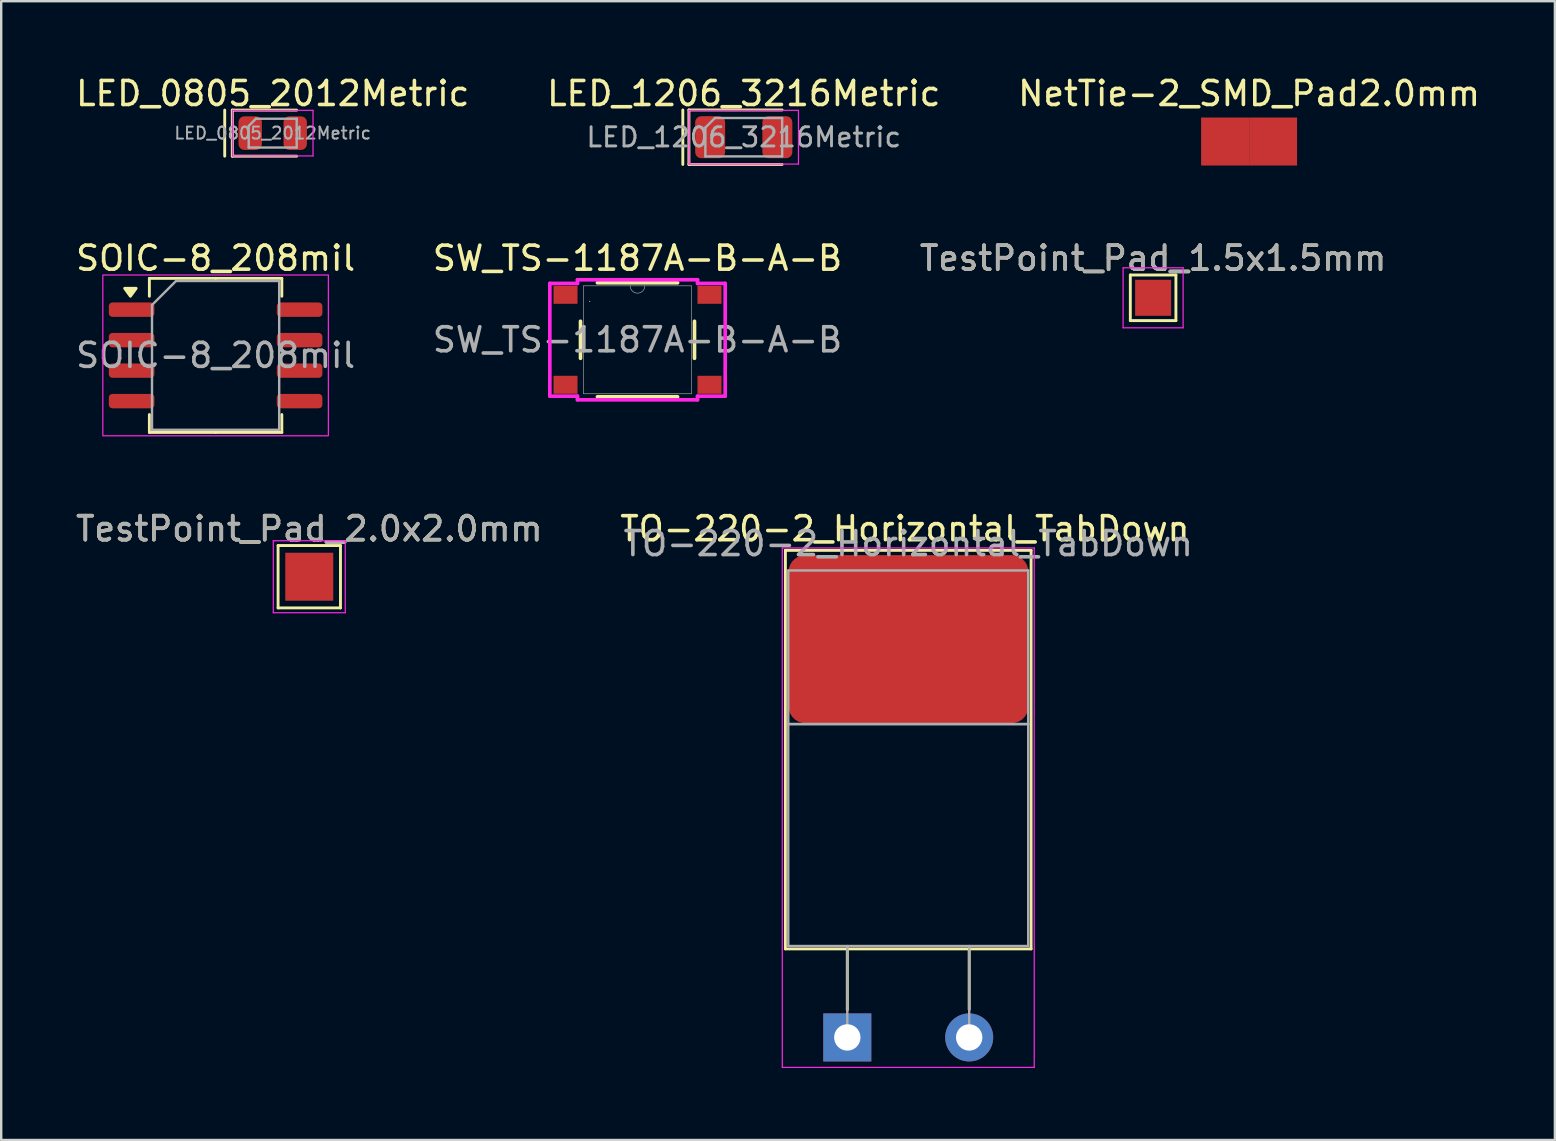
<source format=kicad_pcb>
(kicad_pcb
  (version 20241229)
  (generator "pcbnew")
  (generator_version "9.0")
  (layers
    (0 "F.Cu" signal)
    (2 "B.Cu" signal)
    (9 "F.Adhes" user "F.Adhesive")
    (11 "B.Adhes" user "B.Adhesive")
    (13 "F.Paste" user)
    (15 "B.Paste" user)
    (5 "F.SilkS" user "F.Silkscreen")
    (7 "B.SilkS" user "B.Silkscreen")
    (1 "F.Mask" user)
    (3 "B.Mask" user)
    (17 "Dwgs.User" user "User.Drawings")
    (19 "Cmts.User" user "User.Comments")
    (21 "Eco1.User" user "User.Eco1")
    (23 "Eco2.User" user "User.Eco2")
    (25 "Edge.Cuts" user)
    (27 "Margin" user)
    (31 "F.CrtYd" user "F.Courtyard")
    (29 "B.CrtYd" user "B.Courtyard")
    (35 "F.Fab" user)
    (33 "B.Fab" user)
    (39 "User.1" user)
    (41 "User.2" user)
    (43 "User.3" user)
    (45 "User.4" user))
  (footprint "SOIC-8_208mil"
    (layer "F.Cu")
    (at 5.935 11.761)
    (property "Reference" "SOIC-8_208mil" (at 0 -4.05 0) (layer "F.SilkS") (effects (font (size 1 1) (thickness 0.15))))
    (attr smd)
    (fp_line (start -2.76 -3.21) (end -2.76 -2.465) (stroke (width 0.12) (type solid)) (layer "F.SilkS"))
    (fp_line (start -2.76 3.21) (end -2.76 2.465) (stroke (width 0.12) (type solid)) (layer "F.SilkS"))
    (fp_line (start 0 -3.21) (end -2.76 -3.21) (stroke (width 0.12) (type solid)) (layer "F.SilkS"))
    (fp_line (start 0 -3.21) (end 2.76 -3.21) (stroke (width 0.12) (type solid)) (layer "F.SilkS"))
    (fp_line (start 0 3.21) (end -2.76 3.21) (stroke (width 0.12) (type solid)) (layer "F.SilkS"))
    (fp_line (start 0 3.21) (end 2.76 3.21) (stroke (width 0.12) (type solid)) (layer "F.SilkS"))
    (fp_line (start 2.76 -3.21) (end 2.76 -2.465) (stroke (width 0.12) (type solid)) (layer "F.SilkS"))
    (fp_line (start 2.76 3.21) (end 2.76 2.465) (stroke (width 0.12) (type solid)) (layer "F.SilkS"))
    (fp_poly (pts (xy -3.55 -2.465) (xy -3.79 -2.795) (xy -3.31 -2.795)) (stroke (width 0.12) (type solid)) (fill yes) (layer "F.SilkS"))
    (fp_rect (start -4.7 -3.35) (end 4.7 3.35) (stroke (width 0.05) (type solid)) (fill no) (layer "F.CrtYd"))
    (fp_line (start -2.65 -2.1) (end -1.65 -3.1) (stroke (width 0.1) (type solid)) (layer "F.Fab"))
    (fp_line (start -2.65 3.1) (end -2.65 -2.1) (stroke (width 0.1) (type solid)) (layer "F.Fab"))
    (fp_line (start -1.65 -3.1) (end 2.65 -3.1) (stroke (width 0.1) (type solid)) (layer "F.Fab"))
    (fp_line (start 2.65 -3.1) (end 2.65 3.1) (stroke (width 0.1) (type solid)) (layer "F.Fab"))
    (fp_line (start 2.65 3.1) (end -2.65 3.1) (stroke (width 0.1) (type solid)) (layer "F.Fab"))
    (fp_text user "${REFERENCE}" (at 0 0 0) (layer "F.Fab") (effects (font (size 1 1) (thickness 0.15))))
    (pad "1" smd roundrect (at -3.5 -1.905) (size 1.9 0.6) (layers "F.Cu" "F.Mask" "F.Paste") (roundrect_rratio 0.25))
    (pad "2" smd roundrect (at -3.5 -0.635) (size 1.9 0.6) (layers "F.Cu" "F.Mask" "F.Paste") (roundrect_rratio 0.25))
    (pad "3" smd roundrect (at -3.5 0.635) (size 1.9 0.6) (layers "F.Cu" "F.Mask" "F.Paste") (roundrect_rratio 0.25))
    (pad "4" smd roundrect (at -3.5 1.905) (size 1.9 0.6) (layers "F.Cu" "F.Mask" "F.Paste") (roundrect_rratio 0.25))
    (pad "5" smd roundrect (at 3.5 1.905) (size 1.9 0.6) (layers "F.Cu" "F.Mask" "F.Paste") (roundrect_rratio 0.25))
    (pad "6" smd roundrect (at 3.5 0.635) (size 1.9 0.6) (layers "F.Cu" "F.Mask" "F.Paste") (roundrect_rratio 0.25))
    (pad "7" smd roundrect (at 3.5 -0.635) (size 1.9 0.6) (layers "F.Cu" "F.Mask" "F.Paste") (roundrect_rratio 0.25))
    (pad "8" smd roundrect (at 3.5 -1.905) (size 1.9 0.6) (layers "F.Cu" "F.Mask" "F.Paste") (roundrect_rratio 0.25)))
  (footprint "NetTie-2_SMD_Pad2.0mm"
    (layer "F.Cu")
    (at 49.006 2.848)
    (property "Reference" "NetTie-2_SMD_Pad2.0mm" (at 0 -2 0) (layer "F.SilkS") (effects (font (size 1 1) (thickness 0.15))))
    (attr exclude_from_pos_files exclude_from_bom allow_missing_courtyard)
    (pad "1" smd rect (at -1 0) (size 2 2) (layers "F.Cu"))
    (pad "2" smd rect (at 1 0) (size 2 2) (layers "F.Cu")))
  (footprint "TO-220-2_Horizontal_TabDown"
    (layer "F.Cu")
    (at 32.261 40.185)
    (property "Reference" "TO-220-2_Horizontal_TabDown" (at 2.4 -21.2 0) (layer "F.SilkS") (effects (font (size 1 1) (thickness 0.15))))
    (attr through_hole)
    (fp_line (start -2.58 -20.3) (end -2.58 -3.69) (stroke (width 0.12) (type solid)) (layer "F.SilkS"))
    (fp_line (start -2.58 -20.3) (end 7.66 -20.3) (stroke (width 0.12) (type solid)) (layer "F.SilkS"))
    (fp_line (start -2.58 -3.69) (end 7.66 -3.69) (stroke (width 0.12) (type solid)) (layer "F.SilkS"))
    (fp_line (start 0 -3.69) (end 0 -1.15) (stroke (width 0.12) (type solid)) (layer "F.SilkS"))
    (fp_line (start 5.08 -3.69) (end 5.08 -1.165) (stroke (width 0.12) (type solid)) (layer "F.SilkS"))
    (fp_line (start 7.66 -20.3) (end 7.66 -3.69) (stroke (width 0.12) (type solid)) (layer "F.SilkS"))
    (fp_line (start -2.71 -20.4) (end -2.71 1.25) (stroke (width 0.05) (type solid)) (layer "F.CrtYd"))
    (fp_line (start -2.71 1.25) (end 7.79 1.25) (stroke (width 0.05) (type solid)) (layer "F.CrtYd"))
    (fp_line (start 7.79 -20.4) (end -2.71 -20.4) (stroke (width 0.05) (type solid)) (layer "F.CrtYd"))
    (fp_line (start 7.79 1.25) (end 7.79 -20.4) (stroke (width 0.05) (type solid)) (layer "F.CrtYd"))
    (fp_line (start -2.46 -19.46) (end 7.54 -19.46) (stroke (width 0.1) (type solid)) (layer "F.Fab"))
    (fp_line (start -2.46 -13.06) (end -2.46 -19.46) (stroke (width 0.1) (type solid)) (layer "F.Fab"))
    (fp_line (start -2.46 -13.06) (end 7.54 -13.06) (stroke (width 0.1) (type solid)) (layer "F.Fab"))
    (fp_line (start -2.46 -3.81) (end -2.46 -13.06) (stroke (width 0.1) (type solid)) (layer "F.Fab"))
    (fp_line (start 0 -3.81) (end 0 0) (stroke (width 0.1) (type solid)) (layer "F.Fab"))
    (fp_line (start 5.08 -3.81) (end 5.08 0) (stroke (width 0.1) (type solid)) (layer "F.Fab"))
    (fp_line (start 7.54 -19.46) (end 7.54 -13.06) (stroke (width 0.1) (type solid)) (layer "F.Fab"))
    (fp_line (start 7.54 -13.06) (end -2.46 -13.06) (stroke (width 0.1) (type solid)) (layer "F.Fab"))
    (fp_line (start 7.54 -13.06) (end 7.54 -3.81) (stroke (width 0.1) (type solid)) (layer "F.Fab"))
    (fp_line (start 7.54 -3.81) (end -2.46 -3.81) (stroke (width 0.1) (type solid)) (layer "F.Fab"))
    (fp_text user "${REFERENCE}" (at 2.54 -20.58 0) (layer "F.Fab") (effects (font (size 1 1) (thickness 0.15))))
    (pad "1" thru_hole rect (at 0 0) (size 2 2) (drill 1.1) (layers "*.Cu" "*.Mask"))
    (pad "2" thru_hole oval (at 5.08 0) (size 2 2) (drill 1.1) (layers "*.Cu" "*.Mask"))
    (pad "3" smd roundrect (at 2.55 -16.6) (size 10 7) (layers "F.Cu" "F.Mask" "F.Paste") (roundrect_rratio 0.1)))
  (footprint "LED_1206_3216Metric"
    (layer "F.Cu")
    (at 27.946 2.668)
    (property "Reference" "LED_1206_3216Metric" (at 0 -1.82 0) (layer "F.SilkS") (effects (font (size 1 1) (thickness 0.15))))
    (attr smd)
    (fp_line (start -2.54 -1.135) (end -2.54 1.135) (stroke (width 0.12) (type solid)) (layer "F.SilkS"))
    (fp_line (start -2.285 -1.135) (end -2.285 1.135) (stroke (width 0.12) (type solid)) (layer "F.SilkS"))
    (fp_line (start -2.285 1.135) (end 1.6 1.135) (stroke (width 0.12) (type solid)) (layer "F.SilkS"))
    (fp_line (start 1.6 -1.135) (end -2.285 -1.135) (stroke (width 0.12) (type solid)) (layer "F.SilkS"))
    (fp_line (start -2.28 -1.12) (end 2.28 -1.12) (stroke (width 0.05) (type solid)) (layer "F.CrtYd"))
    (fp_line (start -2.28 1.12) (end -2.28 -1.12) (stroke (width 0.05) (type solid)) (layer "F.CrtYd"))
    (fp_line (start 2.28 -1.12) (end 2.28 1.12) (stroke (width 0.05) (type solid)) (layer "F.CrtYd"))
    (fp_line (start 2.28 1.12) (end -2.28 1.12) (stroke (width 0.05) (type solid)) (layer "F.CrtYd"))
    (fp_line (start -1.6 -0.4) (end -1.6 0.8) (stroke (width 0.1) (type solid)) (layer "F.Fab"))
    (fp_line (start -1.6 0.8) (end 1.6 0.8) (stroke (width 0.1) (type solid)) (layer "F.Fab"))
    (fp_line (start -1.2 -0.8) (end -1.6 -0.4) (stroke (width 0.1) (type solid)) (layer "F.Fab"))
    (fp_line (start 1.6 -0.8) (end -1.2 -0.8) (stroke (width 0.1) (type solid)) (layer "F.Fab"))
    (fp_line (start 1.6 0.8) (end 1.6 -0.8) (stroke (width 0.1) (type solid)) (layer "F.Fab"))
    (fp_text user "${REFERENCE}" (at 0 0 0) (layer "F.Fab") (effects (font (size 0.8 0.8) (thickness 0.12))))
    (pad "1" smd roundrect (at -1.4 0) (size 1.25 1.75) (layers "F.Cu" "F.Mask" "F.Paste") (roundrect_rratio 0.2))
    (pad "2" smd roundrect (at 1.4 0) (size 1.25 1.75) (layers "F.Cu" "F.Mask" "F.Paste") (roundrect_rratio 0.2)))
  (footprint "SW_TS-1187A-B-A-B"
    (layer "F.Cu")
    (at 23.518 11.111)
    (property "Reference" "SW_TS-1187A-B-A-B" (at 0 -3.4 0) (unlocked yes) (layer "F.SilkS") (effects (font (size 1 1) (thickness 0.15))))
    (attr smd)
    (fp_line (start -2.375 -0.772) (end -2.375 0.772) (stroke (width 0.152) (type solid)) (layer "F.SilkS"))
    (fp_line (start -1.67 2.375) (end 1.67 2.375) (stroke (width 0.152) (type solid)) (layer "F.SilkS"))
    (fp_line (start 1.67 -2.375) (end -1.67 -2.375) (stroke (width 0.152) (type solid)) (layer "F.SilkS"))
    (fp_line (start 2.375 0.772) (end 2.375 -0.772) (stroke (width 0.152) (type solid)) (layer "F.SilkS"))
    (fp_line (start -3.654 -2.349) (end -2.502 -2.349) (stroke (width 0.152) (type solid)) (layer "F.CrtYd"))
    (fp_line (start -3.654 2.349) (end -3.654 -2.349) (stroke (width 0.152) (type solid)) (layer "F.CrtYd"))
    (fp_line (start -3.654 2.349) (end -2.502 2.349) (stroke (width 0.152) (type solid)) (layer "F.CrtYd"))
    (fp_line (start -2.502 -2.502) (end 2.502 -2.502) (stroke (width 0.152) (type solid)) (layer "F.CrtYd"))
    (fp_line (start -2.502 -2.349) (end -2.502 -2.502) (stroke (width 0.152) (type solid)) (layer "F.CrtYd"))
    (fp_line (start -2.502 2.502) (end -2.502 2.349) (stroke (width 0.152) (type solid)) (layer "F.CrtYd"))
    (fp_line (start 2.502 -2.502) (end 2.502 -2.349) (stroke (width 0.152) (type solid)) (layer "F.CrtYd"))
    (fp_line (start 2.502 2.349) (end 2.502 2.502) (stroke (width 0.152) (type solid)) (layer "F.CrtYd"))
    (fp_line (start 2.502 2.502) (end -2.502 2.502) (stroke (width 0.152) (type solid)) (layer "F.CrtYd"))
    (fp_line (start 3.654 -2.349) (end 2.502 -2.349) (stroke (width 0.152) (type solid)) (layer "F.CrtYd"))
    (fp_line (start 3.654 -2.349) (end 3.654 2.349) (stroke (width 0.152) (type solid)) (layer "F.CrtYd"))
    (fp_line (start 3.654 2.349) (end 2.502 2.349) (stroke (width 0.152) (type solid)) (layer "F.CrtYd"))
    (fp_line (start -2.248 -2.248) (end -2.248 2.248) (stroke (width 0.025) (type solid)) (layer "F.Fab"))
    (fp_line (start -2.248 2.248) (end 2.248 2.248) (stroke (width 0.025) (type solid)) (layer "F.Fab"))
    (fp_line (start 2.248 -2.248) (end -2.248 -2.248) (stroke (width 0.025) (type solid)) (layer "F.Fab"))
    (fp_line (start 2.248 2.248) (end 2.248 -2.248) (stroke (width 0.025) (type solid)) (layer "F.Fab"))
    (fp_arc (start 0.3048 -2.2479) (mid 0 -1.9431) (end -0.3048 -2.2479) (stroke (width 0.0254) (type solid)) (layer "F.Fab"))
    (fp_circle (center -1.994 -1.6) (end -1.994 -1.6) (stroke (width 0.025) (type solid)) (fill no) (layer "F.Fab"))
    (fp_text user "${REFERENCE}" (at 0 0 0) (unlocked yes) (layer "F.Fab") (effects (font (size 1 1) (thickness 0.15))))
    (pad "1" smd rect (at -3 -1.875) (size 1 0.75) (layers "F.Cu" "F.Mask" "F.Paste"))
    (pad "2" smd rect (at 3 -1.875) (size 1 0.75) (layers "F.Cu" "F.Mask" "F.Paste"))
    (pad "3" smd rect (at -3 1.875) (size 1 0.75) (layers "F.Cu" "F.Mask" "F.Paste"))
    (pad "4" smd rect (at 3 1.875) (size 1 0.75) (layers "F.Cu" "F.Mask" "F.Paste")))
  (footprint "LED_0805_2012Metric"
    (layer "F.Cu")
    (at 8.315 2.498)
    (property "Reference" "LED_0805_2012Metric" (at 0 -1.65 0) (layer "F.SilkS") (effects (font (size 1 1) (thickness 0.15))))
    (attr smd)
    (fp_line (start -2 -0.96) (end -2 0.96) (stroke (width 0.12) (type solid)) (layer "F.SilkS"))
    (fp_line (start -1.685 -0.96) (end -1.685 0.96) (stroke (width 0.12) (type solid)) (layer "F.SilkS"))
    (fp_line (start -1.685 0.96) (end 1 0.96) (stroke (width 0.12) (type solid)) (layer "F.SilkS"))
    (fp_line (start 1 -0.96) (end -1.685 -0.96) (stroke (width 0.12) (type solid)) (layer "F.SilkS"))
    (fp_line (start -1.68 -0.95) (end 1.68 -0.95) (stroke (width 0.05) (type solid)) (layer "F.CrtYd"))
    (fp_line (start -1.68 0.95) (end -1.68 -0.95) (stroke (width 0.05) (type solid)) (layer "F.CrtYd"))
    (fp_line (start 1.68 -0.95) (end 1.68 0.95) (stroke (width 0.05) (type solid)) (layer "F.CrtYd"))
    (fp_line (start 1.68 0.95) (end -1.68 0.95) (stroke (width 0.05) (type solid)) (layer "F.CrtYd"))
    (fp_line (start -1 -0.3) (end -1 0.6) (stroke (width 0.1) (type solid)) (layer "F.Fab"))
    (fp_line (start -1 0.6) (end 1 0.6) (stroke (width 0.1) (type solid)) (layer "F.Fab"))
    (fp_line (start -0.7 -0.6) (end -1 -0.3) (stroke (width 0.1) (type solid)) (layer "F.Fab"))
    (fp_line (start 1 -0.6) (end -0.7 -0.6) (stroke (width 0.1) (type solid)) (layer "F.Fab"))
    (fp_line (start 1 0.6) (end 1 -0.6) (stroke (width 0.1) (type solid)) (layer "F.Fab"))
    (fp_text user "${REFERENCE}" (at 0 0 0) (layer "F.Fab") (effects (font (size 0.5 0.5) (thickness 0.08))))
    (pad "1" smd roundrect (at -0.938 0) (size 0.975 1.4) (layers "F.Cu" "F.Mask" "F.Paste") (roundrect_rratio 0.25))
    (pad "2" smd roundrect (at 0.938 0) (size 0.975 1.4) (layers "F.Cu" "F.Mask" "F.Paste") (roundrect_rratio 0.25)))
  (footprint "TestPoint_Pad_1.5x1.5mm"
    (layer "F.Cu")
    (at 45.006 9.361)
    (property "Reference" "TestPoint_Pad_1.5x1.5mm" (at 0 -1.648 0) (layer "F.SilkS") (effects (font (size 1 1) (thickness 0.15))))
    (attr exclude_from_pos_files exclude_from_bom)
    (fp_line (start -0.95 -0.95) (end 0.95 -0.95) (stroke (width 0.12) (type solid)) (layer "F.SilkS"))
    (fp_line (start -0.95 0.95) (end -0.95 -0.95) (stroke (width 0.12) (type solid)) (layer "F.SilkS"))
    (fp_line (start 0.95 -0.95) (end 0.95 0.95) (stroke (width 0.12) (type solid)) (layer "F.SilkS"))
    (fp_line (start 0.95 0.95) (end -0.95 0.95) (stroke (width 0.12) (type solid)) (layer "F.SilkS"))
    (fp_line (start -1.25 -1.25) (end -1.25 1.25) (stroke (width 0.05) (type solid)) (layer "F.CrtYd"))
    (fp_line (start -1.25 -1.25) (end 1.25 -1.25) (stroke (width 0.05) (type solid)) (layer "F.CrtYd"))
    (fp_line (start 1.25 1.25) (end -1.25 1.25) (stroke (width 0.05) (type solid)) (layer "F.CrtYd"))
    (fp_line (start 1.25 1.25) (end 1.25 -1.25) (stroke (width 0.05) (type solid)) (layer "F.CrtYd"))
    (fp_text user "${REFERENCE}" (at 0 -1.65 0) (layer "F.Fab") (effects (font (size 1 1) (thickness 0.15))))
    (pad "1" smd rect (at 0 0) (size 1.5 1.5) (layers "F.Cu" "F.Mask")))
  (footprint "TestPoint_Pad_2.0x2.0mm"
    (layer "F.Cu")
    (at 9.839 20.985)
    (property "Reference" "TestPoint_Pad_2.0x2.0mm" (at 0 -1.998 0) (layer "F.SilkS") (effects (font (size 1 1) (thickness 0.15))))
    (attr exclude_from_pos_files exclude_from_bom)
    (fp_line (start -1.3 -1.3) (end 1.3 -1.3) (stroke (width 0.12) (type solid)) (layer "F.SilkS"))
    (fp_line (start -1.3 1.3) (end -1.3 -1.3) (stroke (width 0.12) (type solid)) (layer "F.SilkS"))
    (fp_line (start 1.3 -1.3) (end 1.3 1.3) (stroke (width 0.12) (type solid)) (layer "F.SilkS"))
    (fp_line (start 1.3 1.3) (end -1.3 1.3) (stroke (width 0.12) (type solid)) (layer "F.SilkS"))
    (fp_line (start -1.5 -1.5) (end -1.5 1.5) (stroke (width 0.05) (type solid)) (layer "F.CrtYd"))
    (fp_line (start -1.5 -1.5) (end 1.5 -1.5) (stroke (width 0.05) (type solid)) (layer "F.CrtYd"))
    (fp_line (start 1.5 1.5) (end -1.5 1.5) (stroke (width 0.05) (type solid)) (layer "F.CrtYd"))
    (fp_line (start 1.5 1.5) (end 1.5 -1.5) (stroke (width 0.05) (type solid)) (layer "F.CrtYd"))
    (fp_text user "${REFERENCE}" (at 0 -2 0) (layer "F.Fab") (effects (font (size 1 1) (thickness 0.15))))
    (pad "1" smd rect (at 0 0) (size 2 2) (layers "F.Cu" "F.Mask")))
  (gr_rect
    (start -3 -3)
    (end 61.75 44.46)
    (stroke (width 0.1) (type default))
    (fill no)
    (layer "Edge.Cuts")))
</source>
